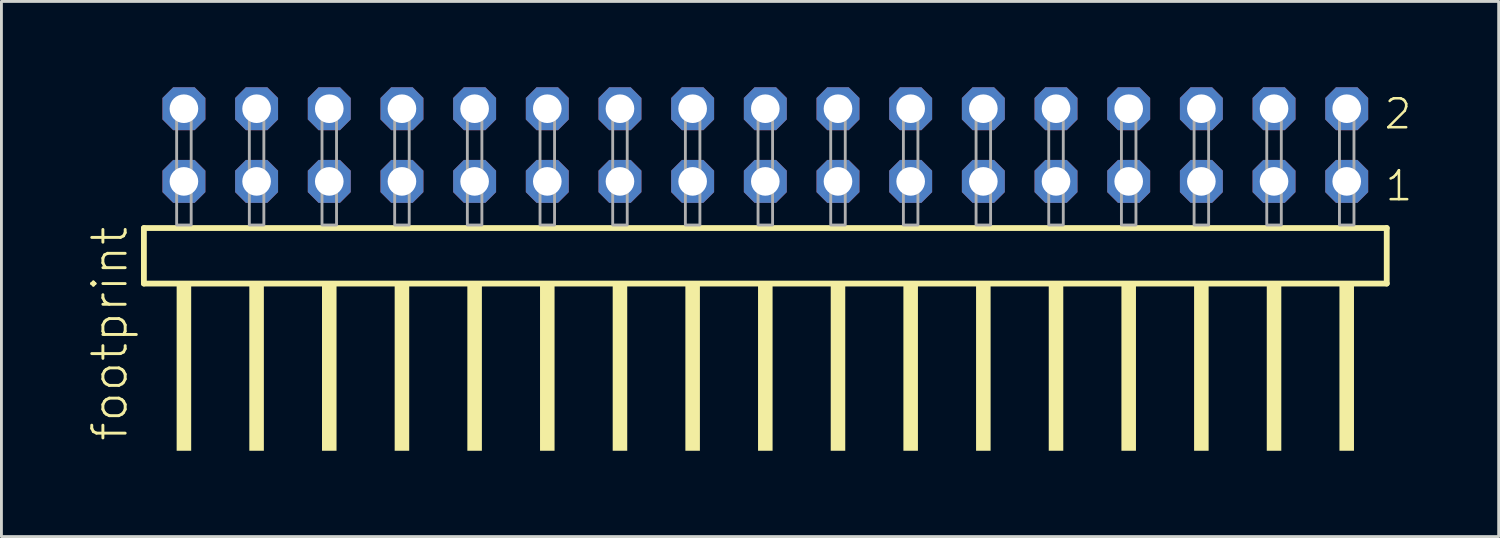
<source format=kicad_pcb>
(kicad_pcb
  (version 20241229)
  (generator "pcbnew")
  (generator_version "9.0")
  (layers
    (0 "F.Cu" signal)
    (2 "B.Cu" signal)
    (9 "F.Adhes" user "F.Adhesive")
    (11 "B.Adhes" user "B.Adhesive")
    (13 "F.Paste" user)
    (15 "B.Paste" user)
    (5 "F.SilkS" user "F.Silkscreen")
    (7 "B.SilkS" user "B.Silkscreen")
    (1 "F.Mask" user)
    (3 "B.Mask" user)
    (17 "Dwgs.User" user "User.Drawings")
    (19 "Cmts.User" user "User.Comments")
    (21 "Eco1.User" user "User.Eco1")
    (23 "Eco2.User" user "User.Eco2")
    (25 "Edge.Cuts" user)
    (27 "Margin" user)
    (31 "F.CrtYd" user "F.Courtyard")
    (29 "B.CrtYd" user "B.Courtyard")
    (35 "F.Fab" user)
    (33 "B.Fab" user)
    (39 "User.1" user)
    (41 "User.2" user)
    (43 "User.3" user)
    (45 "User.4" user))
  (footprint "footprint"
    (layer "F.Cu")
    (at 23.698 4.814)
    (property "Reference" "footprint" (at -22.225 7.62 90) (layer "F.SilkS") (effects (font (size 1.168 1.168) (thickness 0.102)) (justify left bottom)))
    (fp_line (start -21.719 0.106) (end -21.719 2.046) (stroke (width 0.203) (type solid)) (layer "F.SilkS"))
    (fp_line (start -21.719 2.046) (end 21.719 2.046) (stroke (width 0.203) (type solid)) (layer "F.SilkS"))
    (fp_line (start 21.719 0.106) (end -21.719 0.106) (stroke (width 0.203) (type solid)) (layer "F.SilkS"))
    (fp_line (start 21.719 2.046) (end 21.719 0.106) (stroke (width 0.203) (type solid)) (layer "F.SilkS"))
    (fp_poly (pts (xy -20.574 7.89) (xy -20.066 7.89) (xy -20.066 2.04) (xy -20.574 2.04)) (stroke (width 0) (type solid)) (fill yes) (layer "F.SilkS"))
    (fp_poly (pts (xy -18.034 7.89) (xy -17.526 7.89) (xy -17.526 2.04) (xy -18.034 2.04)) (stroke (width 0) (type solid)) (fill yes) (layer "F.SilkS"))
    (fp_poly (pts (xy -15.494 7.89) (xy -14.986 7.89) (xy -14.986 2.04) (xy -15.494 2.04)) (stroke (width 0) (type solid)) (fill yes) (layer "F.SilkS"))
    (fp_poly (pts (xy -12.954 7.89) (xy -12.446 7.89) (xy -12.446 2.04) (xy -12.954 2.04)) (stroke (width 0) (type solid)) (fill yes) (layer "F.SilkS"))
    (fp_poly (pts (xy -10.414 7.89) (xy -9.906 7.89) (xy -9.906 2.04) (xy -10.414 2.04)) (stroke (width 0) (type solid)) (fill yes) (layer "F.SilkS"))
    (fp_poly (pts (xy -7.874 7.89) (xy -7.366 7.89) (xy -7.366 2.04) (xy -7.874 2.04)) (stroke (width 0) (type solid)) (fill yes) (layer "F.SilkS"))
    (fp_poly (pts (xy -5.334 7.89) (xy -4.826 7.89) (xy -4.826 2.04) (xy -5.334 2.04)) (stroke (width 0) (type solid)) (fill yes) (layer "F.SilkS"))
    (fp_poly (pts (xy -2.794 7.89) (xy -2.286 7.89) (xy -2.286 2.04) (xy -2.794 2.04)) (stroke (width 0) (type solid)) (fill yes) (layer "F.SilkS"))
    (fp_poly (pts (xy -0.254 7.89) (xy 0.254 7.89) (xy 0.254 2.04) (xy -0.254 2.04)) (stroke (width 0) (type solid)) (fill yes) (layer "F.SilkS"))
    (fp_poly (pts (xy 2.286 7.89) (xy 2.794 7.89) (xy 2.794 2.04) (xy 2.286 2.04)) (stroke (width 0) (type solid)) (fill yes) (layer "F.SilkS"))
    (fp_poly (pts (xy 4.826 7.89) (xy 5.334 7.89) (xy 5.334 2.04) (xy 4.826 2.04)) (stroke (width 0) (type solid)) (fill yes) (layer "F.SilkS"))
    (fp_poly (pts (xy 7.366 7.89) (xy 7.874 7.89) (xy 7.874 2.04) (xy 7.366 2.04)) (stroke (width 0) (type solid)) (fill yes) (layer "F.SilkS"))
    (fp_poly (pts (xy 9.906 7.89) (xy 10.414 7.89) (xy 10.414 2.04) (xy 9.906 2.04)) (stroke (width 0) (type solid)) (fill yes) (layer "F.SilkS"))
    (fp_poly (pts (xy 12.446 7.89) (xy 12.954 7.89) (xy 12.954 2.04) (xy 12.446 2.04)) (stroke (width 0) (type solid)) (fill yes) (layer "F.SilkS"))
    (fp_poly (pts (xy 14.986 7.89) (xy 15.494 7.89) (xy 15.494 2.04) (xy 14.986 2.04)) (stroke (width 0) (type solid)) (fill yes) (layer "F.SilkS"))
    (fp_poly (pts (xy 17.526 7.89) (xy 18.034 7.89) (xy 18.034 2.04) (xy 17.526 2.04)) (stroke (width 0) (type solid)) (fill yes) (layer "F.SilkS"))
    (fp_poly (pts (xy 20.066 7.89) (xy 20.574 7.89) (xy 20.574 2.04) (xy 20.066 2.04)) (stroke (width 0) (type solid)) (fill yes) (layer "F.SilkS"))
    (fp_poly (pts (xy -20.574 0) (xy -20.066 0) (xy -20.066 -4.318) (xy -20.574 -4.318)) (stroke (width 0.1) (type solid)) (fill no) (layer "F.Fab"))
    (fp_poly (pts (xy -18.034 0) (xy -17.526 0) (xy -17.526 -4.318) (xy -18.034 -4.318)) (stroke (width 0.1) (type solid)) (fill no) (layer "F.Fab"))
    (fp_poly (pts (xy -15.494 0) (xy -14.986 0) (xy -14.986 -4.318) (xy -15.494 -4.318)) (stroke (width 0.1) (type solid)) (fill no) (layer "F.Fab"))
    (fp_poly (pts (xy -12.954 0) (xy -12.446 0) (xy -12.446 -4.318) (xy -12.954 -4.318)) (stroke (width 0.1) (type solid)) (fill no) (layer "F.Fab"))
    (fp_poly (pts (xy -10.414 0) (xy -9.906 0) (xy -9.906 -4.318) (xy -10.414 -4.318)) (stroke (width 0.1) (type solid)) (fill no) (layer "F.Fab"))
    (fp_poly (pts (xy -7.874 0) (xy -7.366 0) (xy -7.366 -4.318) (xy -7.874 -4.318)) (stroke (width 0.1) (type solid)) (fill no) (layer "F.Fab"))
    (fp_poly (pts (xy -5.334 0) (xy -4.826 0) (xy -4.826 -4.318) (xy -5.334 -4.318)) (stroke (width 0.1) (type solid)) (fill no) (layer "F.Fab"))
    (fp_poly (pts (xy -2.794 0) (xy -2.286 0) (xy -2.286 -4.318) (xy -2.794 -4.318)) (stroke (width 0.1) (type solid)) (fill no) (layer "F.Fab"))
    (fp_poly (pts (xy -0.254 0) (xy 0.254 0) (xy 0.254 -4.318) (xy -0.254 -4.318)) (stroke (width 0.1) (type solid)) (fill no) (layer "F.Fab"))
    (fp_poly (pts (xy 2.286 0) (xy 2.794 0) (xy 2.794 -4.318) (xy 2.286 -4.318)) (stroke (width 0.1) (type solid)) (fill no) (layer "F.Fab"))
    (fp_poly (pts (xy 4.826 0) (xy 5.334 0) (xy 5.334 -4.318) (xy 4.826 -4.318)) (stroke (width 0.1) (type solid)) (fill no) (layer "F.Fab"))
    (fp_poly (pts (xy 7.366 0) (xy 7.874 0) (xy 7.874 -4.318) (xy 7.366 -4.318)) (stroke (width 0.1) (type solid)) (fill no) (layer "F.Fab"))
    (fp_poly (pts (xy 9.906 0) (xy 10.414 0) (xy 10.414 -4.318) (xy 9.906 -4.318)) (stroke (width 0.1) (type solid)) (fill no) (layer "F.Fab"))
    (fp_poly (pts (xy 12.446 0) (xy 12.954 0) (xy 12.954 -4.318) (xy 12.446 -4.318)) (stroke (width 0.1) (type solid)) (fill no) (layer "F.Fab"))
    (fp_poly (pts (xy 14.986 0) (xy 15.494 0) (xy 15.494 -4.318) (xy 14.986 -4.318)) (stroke (width 0.1) (type solid)) (fill no) (layer "F.Fab"))
    (fp_poly (pts (xy 17.526 0) (xy 18.034 0) (xy 18.034 -4.318) (xy 17.526 -4.318)) (stroke (width 0.1) (type solid)) (fill no) (layer "F.Fab"))
    (fp_poly (pts (xy 20.066 0) (xy 20.574 0) (xy 20.574 -4.318) (xy 20.066 -4.318)) (stroke (width 0.1) (type solid)) (fill no) (layer "F.Fab"))
    (fp_text user "2" (at 21.57 -3.29 0) (layer "F.SilkS") (effects (font (size 1.012 1.012) (thickness 0.088)) (justify left bottom)))
    (fp_text user "1" (at 21.605 -0.775 0) (layer "F.SilkS") (effects (font (size 1.012 1.012) (thickness 0.088)) (justify left bottom)))
    (pad "1" thru_hole roundrect (at 20.32 -1.524 180) (size 1.5 1.5) (drill 1) (layers "*.Cu" "*.Mask") (roundrect_rratio 0.25) (chamfer_ratio 0.25) (chamfer top_left top_right bottom_left bottom_right))
    (pad "2" thru_hole roundrect (at 20.32 -4.064 180) (size 1.5 1.5) (drill 1) (layers "*.Cu" "*.Mask") (roundrect_rratio 0.25) (chamfer_ratio 0.25) (chamfer top_left top_right bottom_left bottom_right))
    (pad "3" thru_hole roundrect (at 17.78 -1.524 180) (size 1.5 1.5) (drill 1) (layers "*.Cu" "*.Mask") (roundrect_rratio 0.25) (chamfer_ratio 0.25) (chamfer top_left top_right bottom_left bottom_right))
    (pad "4" thru_hole roundrect (at 17.78 -4.064 180) (size 1.5 1.5) (drill 1) (layers "*.Cu" "*.Mask") (roundrect_rratio 0.25) (chamfer_ratio 0.25) (chamfer top_left top_right bottom_left bottom_right))
    (pad "5" thru_hole roundrect (at 15.24 -1.524 180) (size 1.5 1.5) (drill 1) (layers "*.Cu" "*.Mask") (roundrect_rratio 0.25) (chamfer_ratio 0.25) (chamfer top_left top_right bottom_left bottom_right))
    (pad "6" thru_hole roundrect (at 15.24 -4.064 180) (size 1.5 1.5) (drill 1) (layers "*.Cu" "*.Mask") (roundrect_rratio 0.25) (chamfer_ratio 0.25) (chamfer top_left top_right bottom_left bottom_right))
    (pad "7" thru_hole roundrect (at 12.7 -1.524 180) (size 1.5 1.5) (drill 1) (layers "*.Cu" "*.Mask") (roundrect_rratio 0.25) (chamfer_ratio 0.25) (chamfer top_left top_right bottom_left bottom_right))
    (pad "8" thru_hole roundrect (at 12.7 -4.064 180) (size 1.5 1.5) (drill 1) (layers "*.Cu" "*.Mask") (roundrect_rratio 0.25) (chamfer_ratio 0.25) (chamfer top_left top_right bottom_left bottom_right))
    (pad "9" thru_hole roundrect (at 10.16 -1.524 180) (size 1.5 1.5) (drill 1) (layers "*.Cu" "*.Mask") (roundrect_rratio 0.25) (chamfer_ratio 0.25) (chamfer top_left top_right bottom_left bottom_right))
    (pad "10" thru_hole roundrect (at 10.16 -4.064 180) (size 1.5 1.5) (drill 1) (layers "*.Cu" "*.Mask") (roundrect_rratio 0.25) (chamfer_ratio 0.25) (chamfer top_left top_right bottom_left bottom_right))
    (pad "11" thru_hole roundrect (at 7.62 -1.524 180) (size 1.5 1.5) (drill 1) (layers "*.Cu" "*.Mask") (roundrect_rratio 0.25) (chamfer_ratio 0.25) (chamfer top_left top_right bottom_left bottom_right))
    (pad "12" thru_hole roundrect (at 7.62 -4.064 180) (size 1.5 1.5) (drill 1) (layers "*.Cu" "*.Mask") (roundrect_rratio 0.25) (chamfer_ratio 0.25) (chamfer top_left top_right bottom_left bottom_right))
    (pad "13" thru_hole roundrect (at 5.08 -1.524 180) (size 1.5 1.5) (drill 1) (layers "*.Cu" "*.Mask") (roundrect_rratio 0.25) (chamfer_ratio 0.25) (chamfer top_left top_right bottom_left bottom_right))
    (pad "14" thru_hole roundrect (at 5.08 -4.064 180) (size 1.5 1.5) (drill 1) (layers "*.Cu" "*.Mask") (roundrect_rratio 0.25) (chamfer_ratio 0.25) (chamfer top_left top_right bottom_left bottom_right))
    (pad "15" thru_hole roundrect (at 2.54 -1.524 180) (size 1.5 1.5) (drill 1) (layers "*.Cu" "*.Mask") (roundrect_rratio 0.25) (chamfer_ratio 0.25) (chamfer top_left top_right bottom_left bottom_right))
    (pad "16" thru_hole roundrect (at 2.54 -4.064 180) (size 1.5 1.5) (drill 1) (layers "*.Cu" "*.Mask") (roundrect_rratio 0.25) (chamfer_ratio 0.25) (chamfer top_left top_right bottom_left bottom_right))
    (pad "17" thru_hole roundrect (at 0 -1.524 180) (size 1.5 1.5) (drill 1) (layers "*.Cu" "*.Mask") (roundrect_rratio 0.25) (chamfer_ratio 0.25) (chamfer top_left top_right bottom_left bottom_right))
    (pad "18" thru_hole roundrect (at 0 -4.064 180) (size 1.5 1.5) (drill 1) (layers "*.Cu" "*.Mask") (roundrect_rratio 0.25) (chamfer_ratio 0.25) (chamfer top_left top_right bottom_left bottom_right))
    (pad "19" thru_hole roundrect (at -2.54 -1.524 180) (size 1.5 1.5) (drill 1) (layers "*.Cu" "*.Mask") (roundrect_rratio 0.25) (chamfer_ratio 0.25) (chamfer top_left top_right bottom_left bottom_right))
    (pad "20" thru_hole roundrect (at -2.54 -4.064 180) (size 1.5 1.5) (drill 1) (layers "*.Cu" "*.Mask") (roundrect_rratio 0.25) (chamfer_ratio 0.25) (chamfer top_left top_right bottom_left bottom_right))
    (pad "21" thru_hole roundrect (at -5.08 -1.524 180) (size 1.5 1.5) (drill 1) (layers "*.Cu" "*.Mask") (roundrect_rratio 0.25) (chamfer_ratio 0.25) (chamfer top_left top_right bottom_left bottom_right))
    (pad "22" thru_hole roundrect (at -5.08 -4.064 180) (size 1.5 1.5) (drill 1) (layers "*.Cu" "*.Mask") (roundrect_rratio 0.25) (chamfer_ratio 0.25) (chamfer top_left top_right bottom_left bottom_right))
    (pad "23" thru_hole roundrect (at -7.62 -1.524 180) (size 1.5 1.5) (drill 1) (layers "*.Cu" "*.Mask") (roundrect_rratio 0.25) (chamfer_ratio 0.25) (chamfer top_left top_right bottom_left bottom_right))
    (pad "24" thru_hole roundrect (at -7.62 -4.064 180) (size 1.5 1.5) (drill 1) (layers "*.Cu" "*.Mask") (roundrect_rratio 0.25) (chamfer_ratio 0.25) (chamfer top_left top_right bottom_left bottom_right))
    (pad "25" thru_hole roundrect (at -10.16 -1.524 180) (size 1.5 1.5) (drill 1) (layers "*.Cu" "*.Mask") (roundrect_rratio 0.25) (chamfer_ratio 0.25) (chamfer top_left top_right bottom_left bottom_right))
    (pad "26" thru_hole roundrect (at -10.16 -4.064 180) (size 1.5 1.5) (drill 1) (layers "*.Cu" "*.Mask") (roundrect_rratio 0.25) (chamfer_ratio 0.25) (chamfer top_left top_right bottom_left bottom_right))
    (pad "27" thru_hole roundrect (at -12.7 -1.524 180) (size 1.5 1.5) (drill 1) (layers "*.Cu" "*.Mask") (roundrect_rratio 0.25) (chamfer_ratio 0.25) (chamfer top_left top_right bottom_left bottom_right))
    (pad "28" thru_hole roundrect (at -12.7 -4.064 180) (size 1.5 1.5) (drill 1) (layers "*.Cu" "*.Mask") (roundrect_rratio 0.25) (chamfer_ratio 0.25) (chamfer top_left top_right bottom_left bottom_right))
    (pad "29" thru_hole roundrect (at -15.24 -1.524 180) (size 1.5 1.5) (drill 1) (layers "*.Cu" "*.Mask") (roundrect_rratio 0.25) (chamfer_ratio 0.25) (chamfer top_left top_right bottom_left bottom_right))
    (pad "30" thru_hole roundrect (at -15.24 -4.064 180) (size 1.5 1.5) (drill 1) (layers "*.Cu" "*.Mask") (roundrect_rratio 0.25) (chamfer_ratio 0.25) (chamfer top_left top_right bottom_left bottom_right))
    (pad "31" thru_hole roundrect (at -17.78 -1.524 180) (size 1.5 1.5) (drill 1) (layers "*.Cu" "*.Mask") (roundrect_rratio 0.25) (chamfer_ratio 0.25) (chamfer top_left top_right bottom_left bottom_right))
    (pad "32" thru_hole roundrect (at -17.78 -4.064 180) (size 1.5 1.5) (drill 1) (layers "*.Cu" "*.Mask") (roundrect_rratio 0.25) (chamfer_ratio 0.25) (chamfer top_left top_right bottom_left bottom_right))
    (pad "33" thru_hole roundrect (at -20.32 -1.524 180) (size 1.5 1.5) (drill 1) (layers "*.Cu" "*.Mask") (roundrect_rratio 0.25) (chamfer_ratio 0.25) (chamfer top_left top_right bottom_left bottom_right))
    (pad "34" thru_hole roundrect (at -20.32 -4.064 180) (size 1.5 1.5) (drill 1) (layers "*.Cu" "*.Mask") (roundrect_rratio 0.25) (chamfer_ratio 0.25) (chamfer top_left top_right bottom_left bottom_right)))
  (gr_rect
    (start -3 -3)
    (end 49.329 15.704)
    (stroke (width 0.1) (type default))
    (fill no)
    (layer "Edge.Cuts")))
</source>
